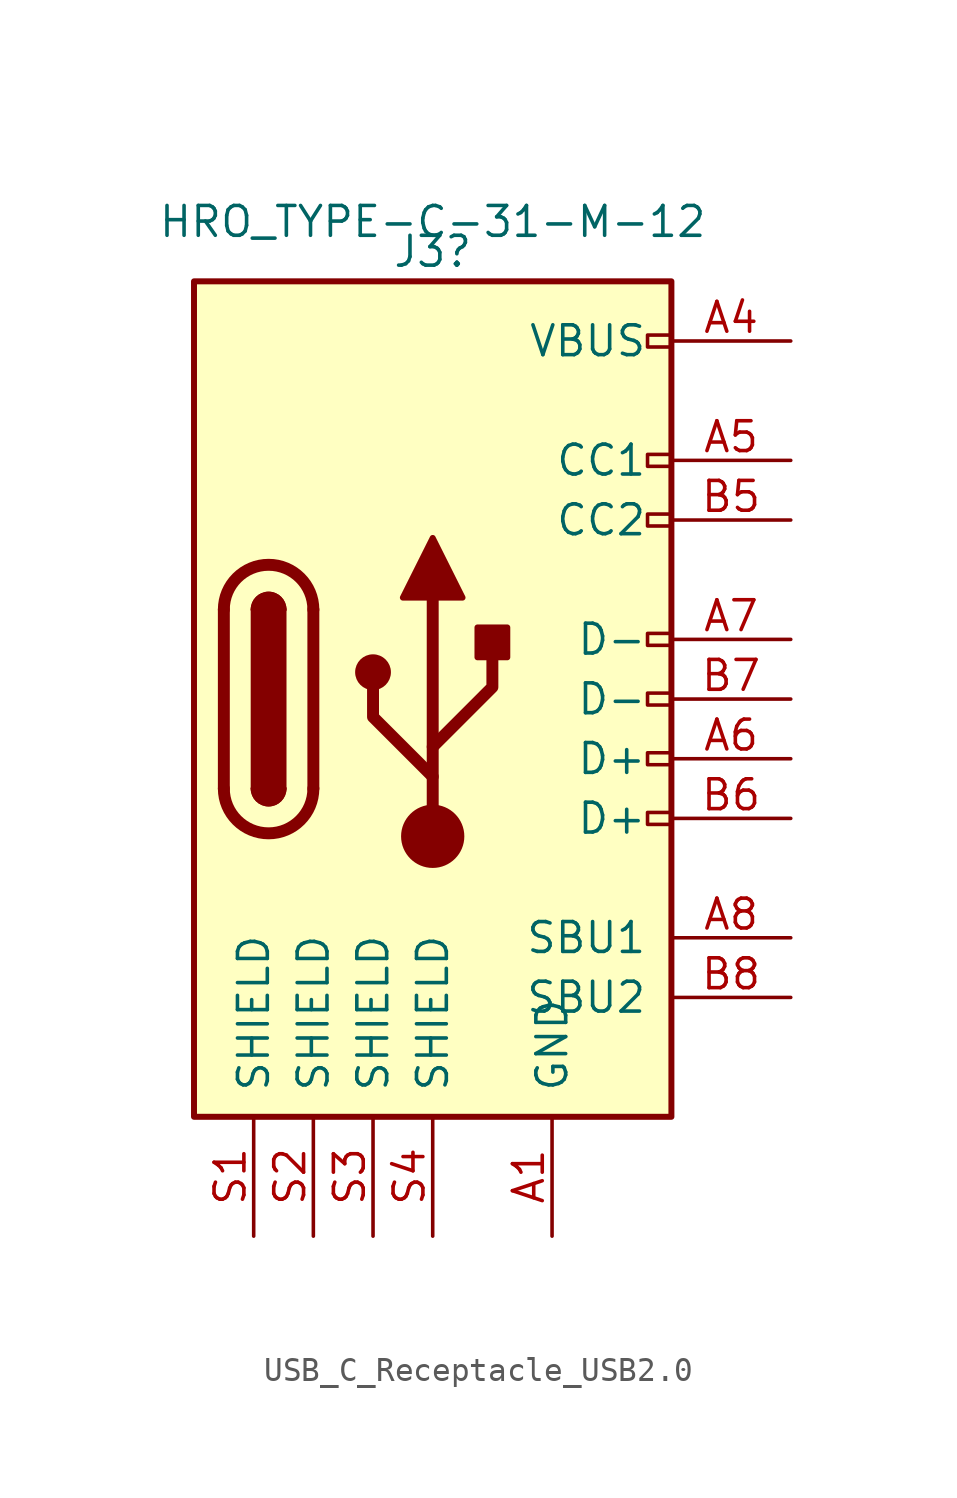
<source format=kicad_sym>
(kicad_symbol_lib
  (version 20220914)
  (generator kicad_symbol_editor)
  (symbol "USB_C_Receptacle_USB2.0"
    (pin_names
      (offset 1.016))
    (property "Reference" "J3"
      (at 0 19.05 0)
      (effects (font (size 1.27 1.27))))
    (property "Value" "HRO_TYPE-C-31-M-12"
      (at 0 20.32 0)
      (effects (font (size 1.27 1.27))))
    (symbol "USB_C_Receptacle_USB2.0_0_0"
      (rectangle (start 10.16 -4.826) (end 9.144 -5.334) (stroke (width 0) (type default)) (fill (type none)))
      (rectangle (start 10.16 -2.286) (end 9.144 -2.794) (stroke (width 0) (type default)) (fill (type none)))
      (rectangle (start 10.16 0.254) (end 9.144 -0.254) (stroke (width 0) (type default)) (fill (type none)))
      (rectangle (start 10.16 2.794) (end 9.144 2.286) (stroke (width 0) (type default)) (fill (type none)))
      (rectangle (start 10.16 7.874) (end 9.144 7.366) (stroke (width 0) (type default)) (fill (type none)))
      (rectangle (start 10.16 10.414) (end 9.144 9.906) (stroke (width 0) (type default)) (fill (type none)))
      (rectangle (start 10.16 15.494) (end 9.144 14.986) (stroke (width 0) (type default)) (fill (type none))))
    (symbol "USB_C_Receptacle_USB2.0_0_1"
      (rectangle (start -10.16 17.78) (end 10.16 -17.78) (stroke (width 0.254) (type default)) (fill (type background)))
      (arc (start -8.89 -3.81) (mid -6.985 -5.7067) (end -5.08 -3.81) (stroke (width 0.508) (type default)) (fill (type none)))
      (arc (start -7.62 -3.81) (mid -6.985 -4.4423) (end -6.35 -3.81) (stroke (width 0.254) (type default)) (fill (type none)))
      (arc (start -7.62 -3.81) (mid -6.985 -4.4423) (end -6.35 -3.81) (stroke (width 0.254) (type default)) (fill (type outline)))
      (rectangle (start -7.62 -3.81) (end -6.35 3.81) (stroke (width 0.254) (type default)) (fill (type outline)))
      (arc (start -6.35 3.81) (mid -6.985 4.4423) (end -7.62 3.81) (stroke (width 0.254) (type default)) (fill (type none)))
      (arc (start -6.35 3.81) (mid -6.985 4.4423) (end -7.62 3.81) (stroke (width 0.254) (type default)) (fill (type outline)))
      (arc (start -5.08 3.81) (mid -6.985 5.7067) (end -8.89 3.81) (stroke (width 0.508) (type default)) (fill (type none)))
      (circle (center -2.54 1.143) (radius 0.635) (stroke (width 0.254) (type default)) (fill (type outline)))
      (circle (center 0 -5.842) (radius 1.27) (stroke (width 0) (type default)) (fill (type outline)))
      (polyline (pts (xy -8.89 -3.81) (xy -8.89 3.81)) (stroke (width 0.508) (type default)) (fill (type none)))
      (polyline (pts (xy -5.08 3.81) (xy -5.08 -3.81)) (stroke (width 0.508) (type default)) (fill (type none)))
      (polyline (pts (xy 0 -5.842) (xy 0 4.318)) (stroke (width 0.508) (type default)) (fill (type none)))
      (polyline (pts (xy 0 -3.302) (xy -2.54 -0.762) (xy -2.54 0.508)) (stroke (width 0.508) (type default)) (fill (type none)))
      (polyline (pts (xy 0 -2.032) (xy 2.54 0.508) (xy 2.54 1.778)) (stroke (width 0.508) (type default)) (fill (type none)))
      (polyline (pts (xy -1.27 4.318) (xy 0 6.858) (xy 1.27 4.318) (xy -1.27 4.318)) (stroke (width 0.254) (type default)) (fill (type outline)))
      (rectangle (start 1.905 1.778) (end 3.175 3.048) (stroke (width 0.254) (type default)) (fill (type outline))))
    (symbol "USB_C_Receptacle_USB2.0_1_1"
      (pin passive line (at 5.08 -22.86 90) (length 5.08) (name "GND" (effects (font (size 1.27 1.27)))) (number "A1" (effects (font (size 1.27 1.27)))))
      (pin passive line (at 5.08 -22.86 90) (length 5.08) hide (name "GND" (effects (font (size 1.27 1.27)))) (number "A12" (effects (font (size 1.27 1.27)))))
      (pin passive line (at 15.24 15.24 180) (length 5.08) (name "VBUS" (effects (font (size 1.27 1.27)))) (number "A4" (effects (font (size 1.27 1.27)))))
      (pin bidirectional line (at 15.24 10.16 180) (length 5.08) (name "CC1" (effects (font (size 1.27 1.27)))) (number "A5" (effects (font (size 1.27 1.27)))))
      (pin bidirectional line (at 15.24 -2.54 180) (length 5.08) (name "D+" (effects (font (size 1.27 1.27)))) (number "A6" (effects (font (size 1.27 1.27)))))
      (pin bidirectional line (at 15.24 2.54 180) (length 5.08) (name "D-" (effects (font (size 1.27 1.27)))) (number "A7" (effects (font (size 1.27 1.27)))))
      (pin bidirectional line (at 15.24 -10.16 180) (length 5.08) (name "SBU1" (effects (font (size 1.27 1.27)))) (number "A8" (effects (font (size 1.27 1.27)))))
      (pin passive line (at 15.24 15.24 180) (length 5.08) hide (name "VBUS" (effects (font (size 1.27 1.27)))) (number "A9" (effects (font (size 1.27 1.27)))))
      (pin passive line (at 5.08 -22.86 90) (length 5.08) hide (name "GND" (effects (font (size 1.27 1.27)))) (number "B1" (effects (font (size 1.27 1.27)))))
      (pin passive line (at 5.08 -22.86 90) (length 5.08) hide (name "GND" (effects (font (size 1.27 1.27)))) (number "B12" (effects (font (size 1.27 1.27)))))
      (pin passive line (at 15.24 15.24 180) (length 5.08) hide (name "VBUS" (effects (font (size 1.27 1.27)))) (number "B4" (effects (font (size 1.27 1.27)))))
      (pin bidirectional line (at 15.24 7.62 180) (length 5.08) (name "CC2" (effects (font (size 1.27 1.27)))) (number "B5" (effects (font (size 1.27 1.27)))))
      (pin bidirectional line (at 15.24 -5.08 180) (length 5.08) (name "D+" (effects (font (size 1.27 1.27)))) (number "B6" (effects (font (size 1.27 1.27)))))
      (pin bidirectional line (at 15.24 0 180) (length 5.08) (name "D-" (effects (font (size 1.27 1.27)))) (number "B7" (effects (font (size 1.27 1.27)))))
      (pin bidirectional line (at 15.24 -12.7 180) (length 5.08) (name "SBU2" (effects (font (size 1.27 1.27)))) (number "B8" (effects (font (size 1.27 1.27)))))
      (pin passive line (at 15.24 15.24 180) (length 5.08) hide (name "VBUS" (effects (font (size 1.27 1.27)))) (number "B9" (effects (font (size 1.27 1.27)))))
      (pin passive line (at -7.62 -22.86 90) (length 5.08) (name "SHIELD" (effects (font (size 1.27 1.27)))) (number "S1" (effects (font (size 1.27 1.27)))))
      (pin passive line (at -5.08 -22.86 90) (length 5.08) (name "SHIELD" (effects (font (size 1.27 1.27)))) (number "S2" (effects (font (size 1.27 1.27)))))
      (pin passive line (at -2.54 -22.86 90) (length 5.08) (name "SHIELD" (effects (font (size 1.27 1.27)))) (number "S3" (effects (font (size 1.27 1.27)))))
      (pin passive line (at 0 -22.86 90) (length 5.08) (name "SHIELD" (effects (font (size 1.27 1.27)))) (number "S4" (effects (font (size 1.27 1.27))))))))
</source>
